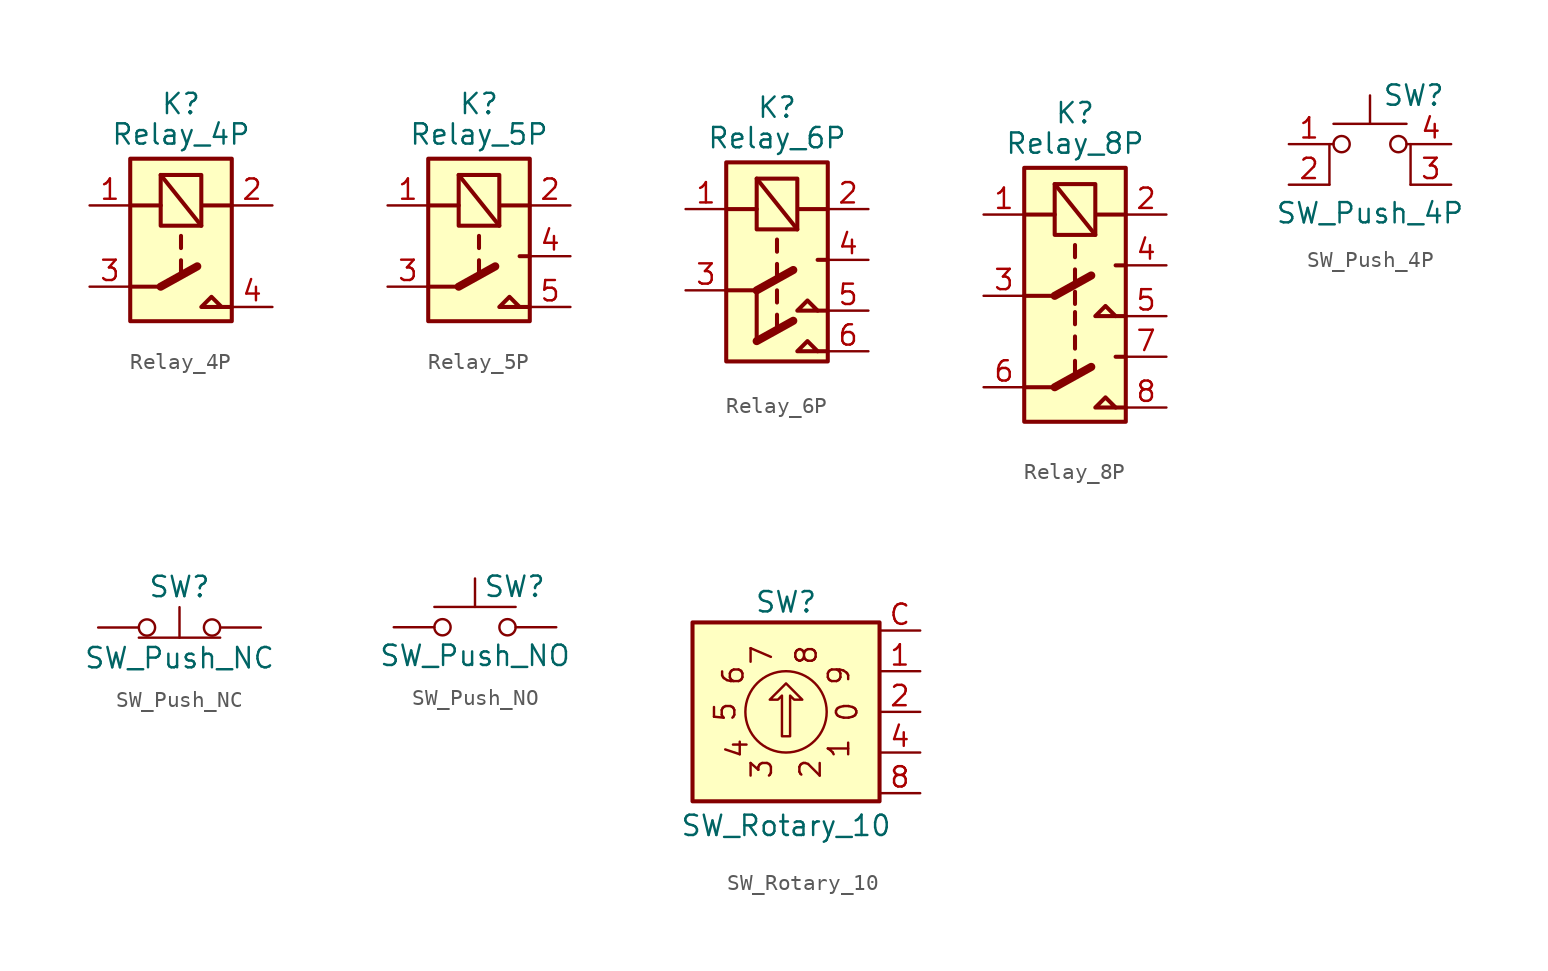
<source format=kicad_sym>
(kicad_symbol_lib
  (version 20220914)
  (generator kicad_symbol_editor)
  (symbol "Relay_4P"
    (property "Reference" "K"
      (at 0 7.62 0)
      (effects (font (size 1.27 1.27))))
    (property "Value" "Relay_4P"
      (at 0 5.715 0)
      (effects (font (size 1.27 1.27))))
    (symbol "Relay_4P_1_1"
      (rectangle (start -3.175 4.191) (end 3.175 -5.969) (stroke (width 0.254) (type default)) (fill (type background)))
      (rectangle (start -1.27 3.175) (end 1.27 0) (stroke (width 0.254) (type default)) (fill (type none)))
      (polyline (pts (xy -1.27 -3.81) (xy -3.175 -3.81)) (stroke (width 0.254) (type default)) (fill (type none)))
      (polyline (pts (xy -1.27 -3.81) (xy 1.016 -2.54)) (stroke (width 0.508) (type default)) (fill (type none)))
      (polyline (pts (xy -1.27 1.27) (xy -3.048 1.27)) (stroke (width 0.254) (type default)) (fill (type none)))
      (polyline (pts (xy -1.27 3.175) (xy 1.27 0)) (stroke (width 0.254) (type default)) (fill (type none)))
      (polyline (pts (xy 0 -2.159) (xy 0 -2.921)) (stroke (width 0.254) (type dash_dot_dot)) (fill (type none)))
      (polyline (pts (xy 0 -0.635) (xy 0 -1.397)) (stroke (width 0.254) (type dash_dot_dot)) (fill (type none)))
      (polyline (pts (xy 3.175 -5.08) (xy 2.54 -5.08)) (stroke (width 0.254) (type default)) (fill (type none)))
      (polyline (pts (xy 3.175 1.27) (xy 1.397 1.27)) (stroke (width 0.254) (type default)) (fill (type none)))
      (polyline (pts (xy 2.54 -5.08) (xy 1.27 -5.08) (xy 1.905 -4.445) (xy 2.54 -5.08)) (stroke (width 0.254) (type default)) (fill (type none)))
      (pin passive line (at -5.715 1.27 0) (length 2.54) (name "~" (effects (font (size 1.27 1.27)))) (number "1" (effects (font (size 1.27 1.27)))))
      (pin passive line (at 5.715 1.27 180) (length 2.54) (name "~" (effects (font (size 1.27 1.27)))) (number "2" (effects (font (size 1.27 1.27)))))
      (pin passive line (at -5.715 -3.81 0) (length 2.54) (name "~" (effects (font (size 1.27 1.27)))) (number "3" (effects (font (size 1.27 1.27)))))
      (pin passive line (at 5.715 -5.08 180) (length 2.54) (name "~" (effects (font (size 1.27 1.27)))) (number "4" (effects (font (size 1.27 1.27)))))))
  (symbol "Relay_5P"
    (property "Reference" "K"
      (at 0 7.62 0)
      (effects (font (size 1.27 1.27))))
    (property "Value" "Relay_5P"
      (at 0 5.715 0)
      (effects (font (size 1.27 1.27))))
    (symbol "Relay_5P_1_1"
      (rectangle (start -3.175 4.191) (end 3.175 -5.969) (stroke (width 0.254) (type default)) (fill (type background)))
      (rectangle (start -1.27 3.175) (end 1.27 0) (stroke (width 0.254) (type default)) (fill (type none)))
      (polyline (pts (xy -1.27 -3.81) (xy -3.175 -3.81)) (stroke (width 0.254) (type default)) (fill (type none)))
      (polyline (pts (xy -1.27 -3.81) (xy 1.016 -2.54)) (stroke (width 0.508) (type default)) (fill (type none)))
      (polyline (pts (xy -1.27 1.27) (xy -3.048 1.27)) (stroke (width 0.254) (type default)) (fill (type none)))
      (polyline (pts (xy -1.27 3.175) (xy 1.27 0)) (stroke (width 0.254) (type default)) (fill (type none)))
      (polyline (pts (xy 0 -2.159) (xy 0 -2.921)) (stroke (width 0.254) (type dash_dot_dot)) (fill (type none)))
      (polyline (pts (xy 0 -0.635) (xy 0 -1.397)) (stroke (width 0.254) (type dash_dot_dot)) (fill (type none)))
      (polyline (pts (xy 3.175 -5.08) (xy 2.54 -5.08)) (stroke (width 0.254) (type default)) (fill (type none)))
      (polyline (pts (xy 3.175 -1.905) (xy 2.54 -1.905)) (stroke (width 0.254) (type default)) (fill (type none)))
      (polyline (pts (xy 3.175 1.27) (xy 1.397 1.27)) (stroke (width 0.254) (type default)) (fill (type none)))
      (polyline (pts (xy 2.54 -5.08) (xy 1.27 -5.08) (xy 1.905 -4.445) (xy 2.54 -5.08)) (stroke (width 0.254) (type default)) (fill (type none)))
      (pin passive line (at -5.715 1.27 0) (length 2.54) (name "~" (effects (font (size 1.27 1.27)))) (number "1" (effects (font (size 1.27 1.27)))))
      (pin passive line (at 5.715 1.27 180) (length 2.54) (name "~" (effects (font (size 1.27 1.27)))) (number "2" (effects (font (size 1.27 1.27)))))
      (pin passive line (at -5.715 -3.81 0) (length 2.54) (name "~" (effects (font (size 1.27 1.27)))) (number "3" (effects (font (size 1.27 1.27)))))
      (pin passive line (at 5.715 -1.905 180) (length 2.54) (name "~" (effects (font (size 1.27 1.27)))) (number "4" (effects (font (size 1.27 1.27)))))
      (pin passive line (at 5.715 -5.08 180) (length 2.54) (name "~" (effects (font (size 1.27 1.27)))) (number "5" (effects (font (size 1.27 1.27)))))))
  (symbol "Relay_6P"
    (property "Reference" "K"
      (at 0 7.62 0)
      (effects (font (size 1.27 1.27))))
    (property "Value" "Relay_6P"
      (at 0 5.715 0)
      (effects (font (size 1.27 1.27))))
    (symbol "Relay_6P_1_1"
      (rectangle (start -3.175 4.191) (end 3.175 -8.255) (stroke (width 0.254) (type default)) (fill (type background)))
      (rectangle (start -1.27 3.175) (end 1.27 0) (stroke (width 0.254) (type default)) (fill (type none)))
      (polyline (pts (xy -1.27 -6.985) (xy 1.016 -5.715)) (stroke (width 0.508) (type default)) (fill (type none)))
      (polyline (pts (xy -1.27 -3.81) (xy -3.175 -3.81)) (stroke (width 0.254) (type default)) (fill (type none)))
      (polyline (pts (xy -1.27 -3.81) (xy -1.27 -6.858)) (stroke (width 0.254) (type default)) (fill (type none)))
      (polyline (pts (xy -1.27 -3.81) (xy 1.016 -2.54)) (stroke (width 0.508) (type default)) (fill (type none)))
      (polyline (pts (xy -1.27 1.27) (xy -3.048 1.27)) (stroke (width 0.254) (type default)) (fill (type none)))
      (polyline (pts (xy -1.27 3.175) (xy 1.27 0)) (stroke (width 0.254) (type default)) (fill (type none)))
      (polyline (pts (xy 0 -5.334) (xy 0 -6.096)) (stroke (width 0.254) (type dash_dot_dot)) (fill (type none)))
      (polyline (pts (xy 0 -3.81) (xy 0 -4.572)) (stroke (width 0.254) (type dash_dot_dot)) (fill (type none)))
      (polyline (pts (xy 0 -2.159) (xy 0 -2.921)) (stroke (width 0.254) (type dash_dot_dot)) (fill (type none)))
      (polyline (pts (xy 0 -0.635) (xy 0 -1.397)) (stroke (width 0.254) (type dash_dot_dot)) (fill (type none)))
      (polyline (pts (xy 3.175 -7.62) (xy 2.54 -7.62)) (stroke (width 0.254) (type default)) (fill (type none)))
      (polyline (pts (xy 3.175 -5.08) (xy 2.54 -5.08)) (stroke (width 0.254) (type default)) (fill (type none)))
      (polyline (pts (xy 3.175 -1.905) (xy 2.54 -1.905)) (stroke (width 0.254) (type default)) (fill (type none)))
      (polyline (pts (xy 3.175 1.27) (xy 1.397 1.27)) (stroke (width 0.254) (type default)) (fill (type none)))
      (polyline (pts (xy 2.54 -7.62) (xy 1.27 -7.62) (xy 1.905 -6.985) (xy 2.54 -7.62)) (stroke (width 0.254) (type default)) (fill (type none)))
      (polyline (pts (xy 2.54 -5.08) (xy 1.27 -5.08) (xy 1.905 -4.445) (xy 2.54 -5.08)) (stroke (width 0.254) (type default)) (fill (type none)))
      (pin passive line (at -5.715 1.27 0) (length 2.54) (name "~" (effects (font (size 1.27 1.27)))) (number "1" (effects (font (size 1.27 1.27)))))
      (pin passive line (at 5.715 1.27 180) (length 2.54) (name "~" (effects (font (size 1.27 1.27)))) (number "2" (effects (font (size 1.27 1.27)))))
      (pin passive line (at -5.715 -3.81 0) (length 2.54) (name "~" (effects (font (size 1.27 1.27)))) (number "3" (effects (font (size 1.27 1.27)))))
      (pin passive line (at 5.715 -1.905 180) (length 2.54) (name "~" (effects (font (size 1.27 1.27)))) (number "4" (effects (font (size 1.27 1.27)))))
      (pin passive line (at 5.715 -5.08 180) (length 2.54) (name "~" (effects (font (size 1.27 1.27)))) (number "5" (effects (font (size 1.27 1.27)))))
      (pin passive line (at 5.715 -7.62 180) (length 2.54) (name "~" (effects (font (size 1.27 1.27)))) (number "6" (effects (font (size 1.27 1.27)))))))
  (symbol "Relay_8P"
    (property "Reference" "K"
      (at 0 7.62 0)
      (effects (font (size 1.27 1.27))))
    (property "Value" "Relay_8P"
      (at 0 5.715 0)
      (effects (font (size 1.27 1.27))))
    (symbol "Relay_8P_1_1"
      (rectangle (start -3.175 4.191) (end 3.175 -11.684) (stroke (width 0.254) (type default)) (fill (type background)))
      (rectangle (start -1.27 3.175) (end 1.27 0) (stroke (width 0.254) (type default)) (fill (type none)))
      (polyline (pts (xy -1.27 -9.525) (xy -3.175 -9.525)) (stroke (width 0.254) (type default)) (fill (type none)))
      (polyline (pts (xy -1.27 -9.525) (xy 1.016 -8.255)) (stroke (width 0.508) (type default)) (fill (type none)))
      (polyline (pts (xy -1.27 -3.81) (xy -3.175 -3.81)) (stroke (width 0.254) (type default)) (fill (type none)))
      (polyline (pts (xy -1.27 -3.81) (xy 1.016 -2.54)) (stroke (width 0.508) (type default)) (fill (type none)))
      (polyline (pts (xy -1.27 1.27) (xy -3.048 1.27)) (stroke (width 0.254) (type default)) (fill (type none)))
      (polyline (pts (xy -1.27 3.175) (xy 1.27 0)) (stroke (width 0.254) (type default)) (fill (type none)))
      (polyline (pts (xy 0 -7.874) (xy 0 -8.636)) (stroke (width 0.254) (type dash_dot_dot)) (fill (type none)))
      (polyline (pts (xy 0 -6.35) (xy 0 -7.112)) (stroke (width 0.254) (type dash_dot_dot)) (fill (type none)))
      (polyline (pts (xy 0 -4.826) (xy 0 -5.588)) (stroke (width 0.254) (type dash_dot_dot)) (fill (type none)))
      (polyline (pts (xy 0 -3.556) (xy 0 -4.318)) (stroke (width 0.254) (type dash_dot_dot)) (fill (type none)))
      (polyline (pts (xy 0 -2.159) (xy 0 -2.921)) (stroke (width 0.254) (type dash_dot_dot)) (fill (type none)))
      (polyline (pts (xy 0 -0.635) (xy 0 -1.397)) (stroke (width 0.254) (type dash_dot_dot)) (fill (type none)))
      (polyline (pts (xy 3.175 -10.795) (xy 2.54 -10.795)) (stroke (width 0.254) (type default)) (fill (type none)))
      (polyline (pts (xy 3.175 -7.62) (xy 2.54 -7.62)) (stroke (width 0.254) (type default)) (fill (type none)))
      (polyline (pts (xy 3.175 -5.08) (xy 2.54 -5.08)) (stroke (width 0.254) (type default)) (fill (type none)))
      (polyline (pts (xy 3.175 -1.905) (xy 2.54 -1.905)) (stroke (width 0.254) (type default)) (fill (type none)))
      (polyline (pts (xy 3.175 1.27) (xy 1.397 1.27)) (stroke (width 0.254) (type default)) (fill (type none)))
      (polyline (pts (xy 2.54 -10.795) (xy 1.27 -10.795) (xy 1.905 -10.16) (xy 2.54 -10.795)) (stroke (width 0.254) (type default)) (fill (type none)))
      (polyline (pts (xy 2.54 -5.08) (xy 1.27 -5.08) (xy 1.905 -4.445) (xy 2.54 -5.08)) (stroke (width 0.254) (type default)) (fill (type none)))
      (pin passive line (at -5.715 1.27 0) (length 2.54) (name "~" (effects (font (size 1.27 1.27)))) (number "1" (effects (font (size 1.27 1.27)))))
      (pin passive line (at 5.715 1.27 180) (length 2.54) (name "~" (effects (font (size 1.27 1.27)))) (number "2" (effects (font (size 1.27 1.27)))))
      (pin passive line (at -5.715 -3.81 0) (length 2.54) (name "~" (effects (font (size 1.27 1.27)))) (number "3" (effects (font (size 1.27 1.27)))))
      (pin passive line (at 5.715 -1.905 180) (length 2.54) (name "~" (effects (font (size 1.27 1.27)))) (number "4" (effects (font (size 1.27 1.27)))))
      (pin passive line (at 5.715 -5.08 180) (length 2.54) (name "~" (effects (font (size 1.27 1.27)))) (number "5" (effects (font (size 1.27 1.27)))))
      (pin passive line (at -5.715 -9.525 0) (length 2.54) (name "~" (effects (font (size 1.27 1.27)))) (number "6" (effects (font (size 1.27 1.27)))))
      (pin passive line (at 5.715 -7.62 180) (length 2.54) (name "~" (effects (font (size 1.27 1.27)))) (number "7" (effects (font (size 1.27 1.27)))))
      (pin passive line (at 5.715 -10.795 180) (length 2.54) (name "~" (effects (font (size 1.27 1.27)))) (number "8" (effects (font (size 1.27 1.27)))))))
  (symbol "SW_Push_4P"
    (pin_names
      (offset 1.016) hide)
    (property "Reference" "SW"
      (at 0.762 4.318 0)
      (do_not_autoplace)
      (effects (font (size 1.27 1.27)) (justify left)))
    (property "Value" "SW_Push_4P"
      (at 0 -3.048 0)
      (do_not_autoplace)
      (effects (font (size 1.27 1.27))))
    (symbol "SW_Push_4P_0_1"
      (circle (center -1.778 1.27) (radius 0.508) (stroke (width 0) (type default)) (fill (type none)))
      (polyline (pts (xy -2.286 2.54) (xy 2.286 2.54)) (stroke (width 0) (type default)) (fill (type none)))
      (polyline (pts (xy 0 2.54) (xy 0 4.318)) (stroke (width 0) (type default)) (fill (type none)))
      (polyline (pts (xy -2.54 -1.27) (xy -2.54 1.27) (xy -2.286 1.27)) (stroke (width 0) (type default)) (fill (type none)))
      (polyline (pts (xy 2.54 -1.27) (xy 2.54 1.27) (xy 2.286 1.27)) (stroke (width 0) (type default)) (fill (type none)))
      (circle (center 1.778 1.27) (radius 0.508) (stroke (width 0) (type default)) (fill (type none)))
      (pin passive line (at -5.08 1.27 0) (length 2.54) (name "1" (effects (font (size 1.27 1.27)))) (number "1" (effects (font (size 1.27 1.27)))))
      (pin passive line (at -5.08 -1.27 0) (length 2.54) (name "2" (effects (font (size 1.27 1.27)))) (number "2" (effects (font (size 1.27 1.27)))))
      (pin passive line (at 5.08 -1.27 180) (length 2.54) (name "K" (effects (font (size 1.27 1.27)))) (number "3" (effects (font (size 1.27 1.27)))))
      (pin passive line (at 5.08 1.27 180) (length 2.54) (name "A" (effects (font (size 1.27 1.27)))) (number "4" (effects (font (size 1.27 1.27)))))))
  (symbol "SW_Push_NC"
    (pin_numbers hide)
    (pin_names
      (offset 1.016) hide)
    (property "Reference" "SW"
      (at 0 2.54 0)
      (do_not_autoplace)
      (effects (font (size 1.27 1.27))))
    (property "Value" "SW_Push_NC"
      (at 0 -1.905 0)
      (do_not_autoplace)
      (effects (font (size 1.27 1.27))))
    (symbol "SW_Push_NC_0_1"
      (circle (center -2.032 0) (radius 0.508) (stroke (width 0) (type default)) (fill (type none)))
      (polyline (pts (xy -2.54 -0.635) (xy 2.54 -0.635)) (stroke (width 0) (type default)) (fill (type none)))
      (polyline (pts (xy 0 -0.635) (xy 0 1.27)) (stroke (width 0) (type default)) (fill (type none)))
      (circle (center 2.032 0) (radius 0.508) (stroke (width 0) (type default)) (fill (type none)))
      (pin passive line (at -5.08 0 0) (length 2.54) (name "A" (effects (font (size 1.27 1.27)))) (number "1" (effects (font (size 1.27 1.27))))))
    (symbol "SW_Push_NC_1_1"
      (pin passive line (at 5.08 0 180) (length 2.54) (name "B" (effects (font (size 1.27 1.27)))) (number "2" (effects (font (size 1.27 1.27)))))))
  (symbol "SW_Push_NO"
    (pin_numbers hide)
    (pin_names
      (offset 1.016) hide)
    (property "Reference" "SW"
      (at 0.508 2.54 0)
      (do_not_autoplace)
      (effects (font (size 1.27 1.27)) (justify left)))
    (property "Value" "SW_Push_NO"
      (at 0 -1.778 0)
      (do_not_autoplace)
      (effects (font (size 1.27 1.27))))
    (symbol "SW_Push_NO_0_1"
      (circle (center -2.032 0) (radius 0.508) (stroke (width 0) (type default)) (fill (type none)))
      (polyline (pts (xy 0 1.27) (xy 0 3.048)) (stroke (width 0) (type default)) (fill (type none)))
      (polyline (pts (xy 2.54 1.27) (xy -2.54 1.27)) (stroke (width 0) (type default)) (fill (type none)))
      (circle (center 2.032 0) (radius 0.508) (stroke (width 0) (type default)) (fill (type none)))
      (pin passive line (at -5.08 0 0) (length 2.54) (name "1" (effects (font (size 1.27 1.27)))) (number "1" (effects (font (size 1.27 1.27)))))
      (pin passive line (at 5.08 0 180) (length 2.54) (name "2" (effects (font (size 1.27 1.27)))) (number "2" (effects (font (size 1.27 1.27)))))))
  (symbol "SW_Rotary_10"
    (pin_names hide)
    (property "Reference" "SW"
      (at 0 6.858 0)
      (effects (font (size 1.27 1.27))))
    (property "Value" "SW_Rotary_10"
      (at 0 -7.112 0)
      (effects (font (size 1.27 1.27))))
    (symbol "SW_Rotary_10_0_0"
      (text "0" (at 3.81 0 2700) (effects (font (size 1.27 1.27))))
      (text "1" (at 3.302 -2.286 2340) (effects (font (size 1.27 1.27))))
      (text "2" (at 1.524 -3.556 1980) (effects (font (size 1.27 1.27))))
      (text "3" (at -1.524 -3.556 1620) (effects (font (size 1.27 1.27))))
      (text "4" (at -3.048 -2.286 1260) (effects (font (size 1.27 1.27))))
      (text "5" (at -3.81 0 900) (effects (font (size 1.27 1.27))))
      (text "6" (at -3.302 2.286 540) (effects (font (size 1.27 1.27))))
      (text "7" (at -1.524 3.556 180) (effects (font (size 1.27 1.27))))
      (text "8" (at 1.27 3.556 3420) (effects (font (size 1.27 1.27))))
      (text "9" (at 3.302 2.286 3060) (effects (font (size 1.27 1.27)))))
    (symbol "SW_Rotary_10_0_1"
      (polyline (pts (xy -0.254 -1.524) (xy -0.254 1.016) (xy -0.508 0.762) (xy -1.016 0.762) (xy 0 1.778) (xy 1.016 0.762) (xy 0.508 0.762) (xy 0.254 1.016) (xy 0.254 -1.524) (xy 0 -1.524) (xy -0.254 -1.524)) (stroke (width 0) (type default)) (fill (type none)))
      (circle (center 0 0) (radius 2.54) (stroke (width 0) (type default)) (fill (type none))))
    (symbol "SW_Rotary_10_1_1"
      (rectangle (start -5.842 5.588) (end 5.842 -5.588) (stroke (width 0.254) (type default)) (fill (type background)))
      (pin passive line (at 8.382 2.54 180) (length 2.54) (name "1" (effects (font (size 1.27 1.27)))) (number "1" (effects (font (size 1.27 1.27)))))
      (pin passive line (at 8.382 0 180) (length 2.54) (name "2" (effects (font (size 1.27 1.27)))) (number "2" (effects (font (size 1.27 1.27)))))
      (pin passive line (at 8.382 -2.54 180) (length 2.54) (name "4" (effects (font (size 1.27 1.27)))) (number "4" (effects (font (size 1.27 1.27)))))
      (pin passive line (at 8.382 -5.08 180) (length 2.54) (name "8" (effects (font (size 1.27 1.27)))) (number "8" (effects (font (size 1.27 1.27)))))
      (pin passive line (at 8.382 5.08 180) (length 2.54) (name "C" (effects (font (size 1.27 1.27)))) (number "C" (effects (font (size 1.27 1.27))))))))
</source>
